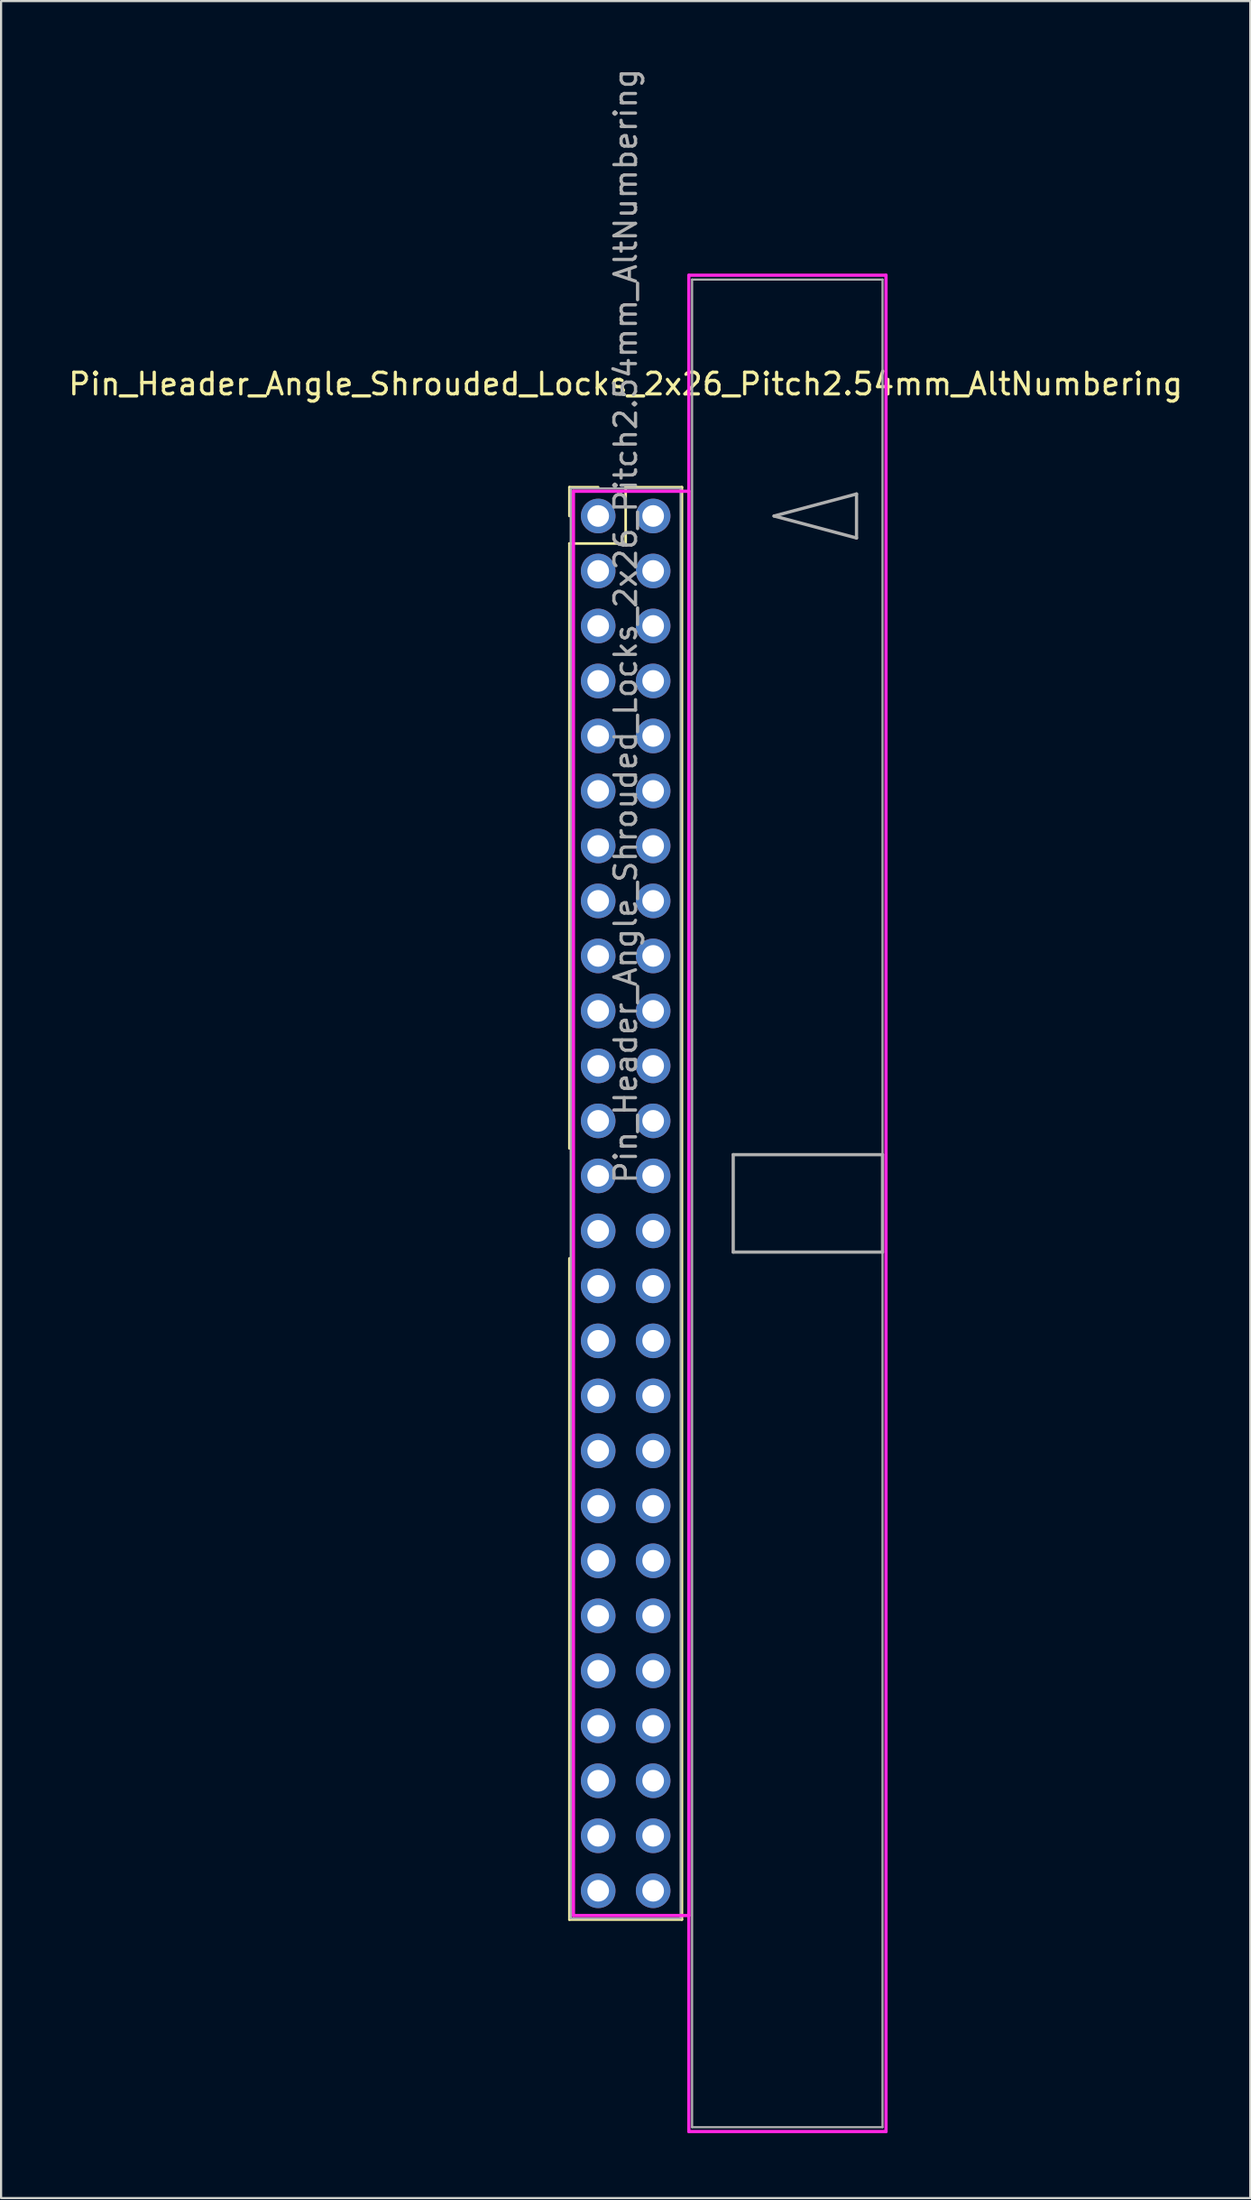
<source format=kicad_pcb>
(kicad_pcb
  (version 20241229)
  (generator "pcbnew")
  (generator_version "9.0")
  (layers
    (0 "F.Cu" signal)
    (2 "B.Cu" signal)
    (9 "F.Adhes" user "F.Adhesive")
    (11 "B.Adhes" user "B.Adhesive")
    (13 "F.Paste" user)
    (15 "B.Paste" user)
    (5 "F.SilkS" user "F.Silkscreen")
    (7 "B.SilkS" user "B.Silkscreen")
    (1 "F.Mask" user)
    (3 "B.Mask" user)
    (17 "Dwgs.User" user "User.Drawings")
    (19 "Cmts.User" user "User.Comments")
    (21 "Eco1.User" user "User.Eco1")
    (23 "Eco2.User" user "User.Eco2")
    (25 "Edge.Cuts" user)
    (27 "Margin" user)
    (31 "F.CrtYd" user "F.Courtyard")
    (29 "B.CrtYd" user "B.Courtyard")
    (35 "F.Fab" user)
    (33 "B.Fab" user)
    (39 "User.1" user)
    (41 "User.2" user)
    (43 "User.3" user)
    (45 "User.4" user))
  (footprint "Pin_Header_Angle_Shrouded_Locks_2x26_Pitch2.54mm_AltNumbering"
    (layer "F.Cu")
    (at 24.593 20.783)
    (property "Reference" "Pin_Header_Angle_Shrouded_Locks_2x26_Pitch2.54mm_AltNumbering" (at 1.27 -6.096 0) (layer "F.SilkS") (effects (font (size 1 1) (thickness 0.15))))
    (attr through_hole)
    (fp_line (start -1.33 -1.33) (end 0 -1.33) (stroke (width 0.12) (type solid)) (layer "F.SilkS"))
    (fp_line (start -1.33 0) (end -1.33 -1.33) (stroke (width 0.12) (type solid)) (layer "F.SilkS"))
    (fp_line (start -1.33 1.27) (end -1.33 29.21) (stroke (width 0.12) (type solid)) (layer "F.SilkS"))
    (fp_line (start -1.33 1.27) (end 1.27 1.27) (stroke (width 0.12) (type solid)) (layer "F.SilkS"))
    (fp_line (start -1.33 34.29) (end -1.33 64.83) (stroke (width 0.12) (type solid)) (layer "F.SilkS"))
    (fp_line (start -1.33 64.83) (end 3.87 64.83) (stroke (width 0.12) (type solid)) (layer "F.SilkS"))
    (fp_line (start 1.27 -1.33) (end 3.87 -1.33) (stroke (width 0.12) (type solid)) (layer "F.SilkS"))
    (fp_line (start 1.27 1.27) (end 1.27 -1.33) (stroke (width 0.12) (type solid)) (layer "F.SilkS"))
    (fp_line (start 3.87 -1.33) (end 3.87 64.83) (stroke (width 0.12) (type solid)) (layer "F.SilkS"))
    (fp_line (start -1.143 -1.143) (end -1.143 64.643) (stroke (width 0.15) (type solid)) (layer "F.CrtYd"))
    (fp_line (start -1.143 64.643) (end 4.19 64.643) (stroke (width 0.15) (type solid)) (layer "F.CrtYd"))
    (fp_line (start 4.19 -11.12) (end 4.19 74.62) (stroke (width 0.15) (type solid)) (layer "F.CrtYd"))
    (fp_line (start 4.19 -1.143) (end -1.143 -1.143) (stroke (width 0.15) (type solid)) (layer "F.CrtYd"))
    (fp_line (start 4.19 64.643) (end 4.19 -1.143) (stroke (width 0.15) (type solid)) (layer "F.CrtYd"))
    (fp_line (start 4.19 74.62) (end 13.3 74.62) (stroke (width 0.15) (type solid)) (layer "F.CrtYd"))
    (fp_line (start 13.3 -11.12) (end 4.19 -11.12) (stroke (width 0.15) (type solid)) (layer "F.CrtYd"))
    (fp_line (start 13.3 74.62) (end 13.3 -11.12) (stroke (width 0.15) (type solid)) (layer "F.CrtYd"))
    (fp_line (start -1.27 -1.27) (end -1.27 64.77) (stroke (width 0.1) (type solid)) (layer "F.Fab"))
    (fp_line (start -1.27 64.77) (end 3.81 64.77) (stroke (width 0.1) (type solid)) (layer "F.Fab"))
    (fp_line (start 3.81 -1.27) (end -1.27 -1.27) (stroke (width 0.1) (type solid)) (layer "F.Fab"))
    (fp_line (start 3.81 64.77) (end 3.81 -1.27) (stroke (width 0.1) (type solid)) (layer "F.Fab"))
    (fp_line (start 4.34 -10.92) (end 4.34 74.42) (stroke (width 0.1) (type solid)) (layer "F.Fab"))
    (fp_line (start 4.34 74.42) (end 13.14 74.42) (stroke (width 0.1) (type solid)) (layer "F.Fab"))
    (fp_line (start 6.24 29.5) (end 6.24 34) (stroke (width 0.15) (type solid)) (layer "F.Fab"))
    (fp_line (start 6.24 34) (end 13.14 34) (stroke (width 0.15) (type solid)) (layer "F.Fab"))
    (fp_line (start 8.128 0) (end 11.938 -1.016) (stroke (width 0.15) (type solid)) (layer "F.Fab"))
    (fp_line (start 11.938 -1.016) (end 11.938 1.016) (stroke (width 0.15) (type solid)) (layer "F.Fab"))
    (fp_line (start 11.938 1.016) (end 8.128 0) (stroke (width 0.15) (type solid)) (layer "F.Fab"))
    (fp_line (start 13.14 -10.92) (end 4.34 -10.92) (stroke (width 0.1) (type solid)) (layer "F.Fab"))
    (fp_line (start 13.14 29.5) (end 6.24 29.5) (stroke (width 0.15) (type solid)) (layer "F.Fab"))
    (fp_line (start 13.14 34) (end 13.14 29.5) (stroke (width 0.15) (type solid)) (layer "F.Fab"))
    (fp_line (start 13.14 74.42) (end 13.14 -10.92) (stroke (width 0.1) (type solid)) (layer "F.Fab"))
    (fp_text user "${REFERENCE}" (at 1.27 5.08 90) (layer "F.Fab") (effects (font (size 1 1) (thickness 0.15))))
    (pad "1" thru_hole oval (at 0 0) (size 1.6 1.6) (drill 1) (layers "*.Cu" "*.Mask"))
    (pad "2" thru_hole oval (at 0 2.54) (size 1.6 1.6) (drill 1) (layers "*.Cu" "*.Mask"))
    (pad "3" thru_hole oval (at 0 5.08) (size 1.6 1.6) (drill 1) (layers "*.Cu" "*.Mask"))
    (pad "4" thru_hole oval (at 0 7.62) (size 1.6 1.6) (drill 1) (layers "*.Cu" "*.Mask"))
    (pad "5" thru_hole oval (at 0 10.16) (size 1.6 1.6) (drill 1) (layers "*.Cu" "*.Mask"))
    (pad "6" thru_hole oval (at 0 12.7) (size 1.6 1.6) (drill 1) (layers "*.Cu" "*.Mask"))
    (pad "7" thru_hole oval (at 0 15.24) (size 1.6 1.6) (drill 1) (layers "*.Cu" "*.Mask"))
    (pad "8" thru_hole oval (at 0 17.78) (size 1.6 1.6) (drill 1) (layers "*.Cu" "*.Mask"))
    (pad "9" thru_hole oval (at 0 20.32) (size 1.6 1.6) (drill 1) (layers "*.Cu" "*.Mask"))
    (pad "10" thru_hole oval (at 0 22.86) (size 1.6 1.6) (drill 1) (layers "*.Cu" "*.Mask"))
    (pad "11" thru_hole oval (at 0 25.4) (size 1.6 1.6) (drill 1) (layers "*.Cu" "*.Mask"))
    (pad "12" thru_hole oval (at 0 27.94) (size 1.6 1.6) (drill 1) (layers "*.Cu" "*.Mask"))
    (pad "13" thru_hole oval (at 0 30.48) (size 1.6 1.6) (drill 1) (layers "*.Cu" "*.Mask"))
    (pad "14" thru_hole oval (at 0 33.02) (size 1.6 1.6) (drill 1) (layers "*.Cu" "*.Mask"))
    (pad "15" thru_hole oval (at 0 35.56) (size 1.6 1.6) (drill 1) (layers "*.Cu" "*.Mask"))
    (pad "16" thru_hole oval (at 0 38.1) (size 1.6 1.6) (drill 1) (layers "*.Cu" "*.Mask"))
    (pad "17" thru_hole oval (at 0 40.64) (size 1.6 1.6) (drill 1) (layers "*.Cu" "*.Mask"))
    (pad "18" thru_hole oval (at 0 43.18) (size 1.6 1.6) (drill 1) (layers "*.Cu" "*.Mask"))
    (pad "19" thru_hole oval (at 0 45.72) (size 1.6 1.6) (drill 1) (layers "*.Cu" "*.Mask"))
    (pad "20" thru_hole oval (at 0 48.26) (size 1.6 1.6) (drill 1) (layers "*.Cu" "*.Mask"))
    (pad "21" thru_hole oval (at 0 50.8) (size 1.6 1.6) (drill 1) (layers "*.Cu" "*.Mask"))
    (pad "22" thru_hole oval (at 0 53.34) (size 1.6 1.6) (drill 1) (layers "*.Cu" "*.Mask"))
    (pad "23" thru_hole oval (at 0 55.88) (size 1.6 1.6) (drill 1) (layers "*.Cu" "*.Mask"))
    (pad "24" thru_hole oval (at 0 58.42) (size 1.6 1.6) (drill 1) (layers "*.Cu" "*.Mask"))
    (pad "25" thru_hole oval (at 0 60.96) (size 1.6 1.6) (drill 1) (layers "*.Cu" "*.Mask"))
    (pad "26" thru_hole oval (at 0 63.5) (size 1.6 1.6) (drill 1) (layers "*.Cu" "*.Mask"))
    (pad "27" thru_hole oval (at 2.54 0) (size 1.6 1.6) (drill 1) (layers "*.Cu" "*.Mask"))
    (pad "28" thru_hole oval (at 2.54 2.54) (size 1.6 1.6) (drill 1) (layers "*.Cu" "*.Mask"))
    (pad "29" thru_hole oval (at 2.54 5.08) (size 1.6 1.6) (drill 1) (layers "*.Cu" "*.Mask"))
    (pad "30" thru_hole oval (at 2.54 7.62) (size 1.6 1.6) (drill 1) (layers "*.Cu" "*.Mask"))
    (pad "31" thru_hole oval (at 2.54 10.16) (size 1.6 1.6) (drill 1) (layers "*.Cu" "*.Mask"))
    (pad "32" thru_hole oval (at 2.54 12.7) (size 1.6 1.6) (drill 1) (layers "*.Cu" "*.Mask"))
    (pad "33" thru_hole oval (at 2.54 15.24) (size 1.6 1.6) (drill 1) (layers "*.Cu" "*.Mask"))
    (pad "34" thru_hole oval (at 2.54 17.78) (size 1.6 1.6) (drill 1) (layers "*.Cu" "*.Mask"))
    (pad "35" thru_hole oval (at 2.54 20.32) (size 1.6 1.6) (drill 1) (layers "*.Cu" "*.Mask"))
    (pad "36" thru_hole oval (at 2.54 22.86) (size 1.6 1.6) (drill 1) (layers "*.Cu" "*.Mask"))
    (pad "37" thru_hole oval (at 2.54 25.4) (size 1.6 1.6) (drill 1) (layers "*.Cu" "*.Mask"))
    (pad "38" thru_hole oval (at 2.54 27.94) (size 1.6 1.6) (drill 1) (layers "*.Cu" "*.Mask"))
    (pad "39" thru_hole oval (at 2.54 30.48) (size 1.6 1.6) (drill 1) (layers "*.Cu" "*.Mask"))
    (pad "40" thru_hole oval (at 2.54 33.02) (size 1.6 1.6) (drill 1) (layers "*.Cu" "*.Mask"))
    (pad "41" thru_hole oval (at 2.54 35.56) (size 1.6 1.6) (drill 1) (layers "*.Cu" "*.Mask"))
    (pad "42" thru_hole oval (at 2.54 38.1) (size 1.6 1.6) (drill 1) (layers "*.Cu" "*.Mask"))
    (pad "43" thru_hole oval (at 2.54 40.64) (size 1.6 1.6) (drill 1) (layers "*.Cu" "*.Mask"))
    (pad "44" thru_hole oval (at 2.54 43.18) (size 1.6 1.6) (drill 1) (layers "*.Cu" "*.Mask"))
    (pad "45" thru_hole oval (at 2.54 45.72) (size 1.6 1.6) (drill 1) (layers "*.Cu" "*.Mask"))
    (pad "46" thru_hole oval (at 2.54 48.26) (size 1.6 1.6) (drill 1) (layers "*.Cu" "*.Mask"))
    (pad "47" thru_hole oval (at 2.54 50.8) (size 1.6 1.6) (drill 1) (layers "*.Cu" "*.Mask"))
    (pad "48" thru_hole oval (at 2.54 53.34) (size 1.6 1.6) (drill 1) (layers "*.Cu" "*.Mask"))
    (pad "49" thru_hole oval (at 2.54 55.88) (size 1.6 1.6) (drill 1) (layers "*.Cu" "*.Mask"))
    (pad "50" thru_hole oval (at 2.54 58.42) (size 1.6 1.6) (drill 1) (layers "*.Cu" "*.Mask"))
    (pad "51" thru_hole oval (at 2.54 60.96) (size 1.6 1.6) (drill 1) (layers "*.Cu" "*.Mask"))
    (pad "52" thru_hole oval (at 2.54 63.5) (size 1.6 1.6) (drill 1) (layers "*.Cu" "*.Mask")))
  (gr_rect
    (start -3 -3)
    (end 54.726 98.478)
    (stroke (width 0.1) (type default))
    (fill no)
    (layer "Edge.Cuts")))
</source>
